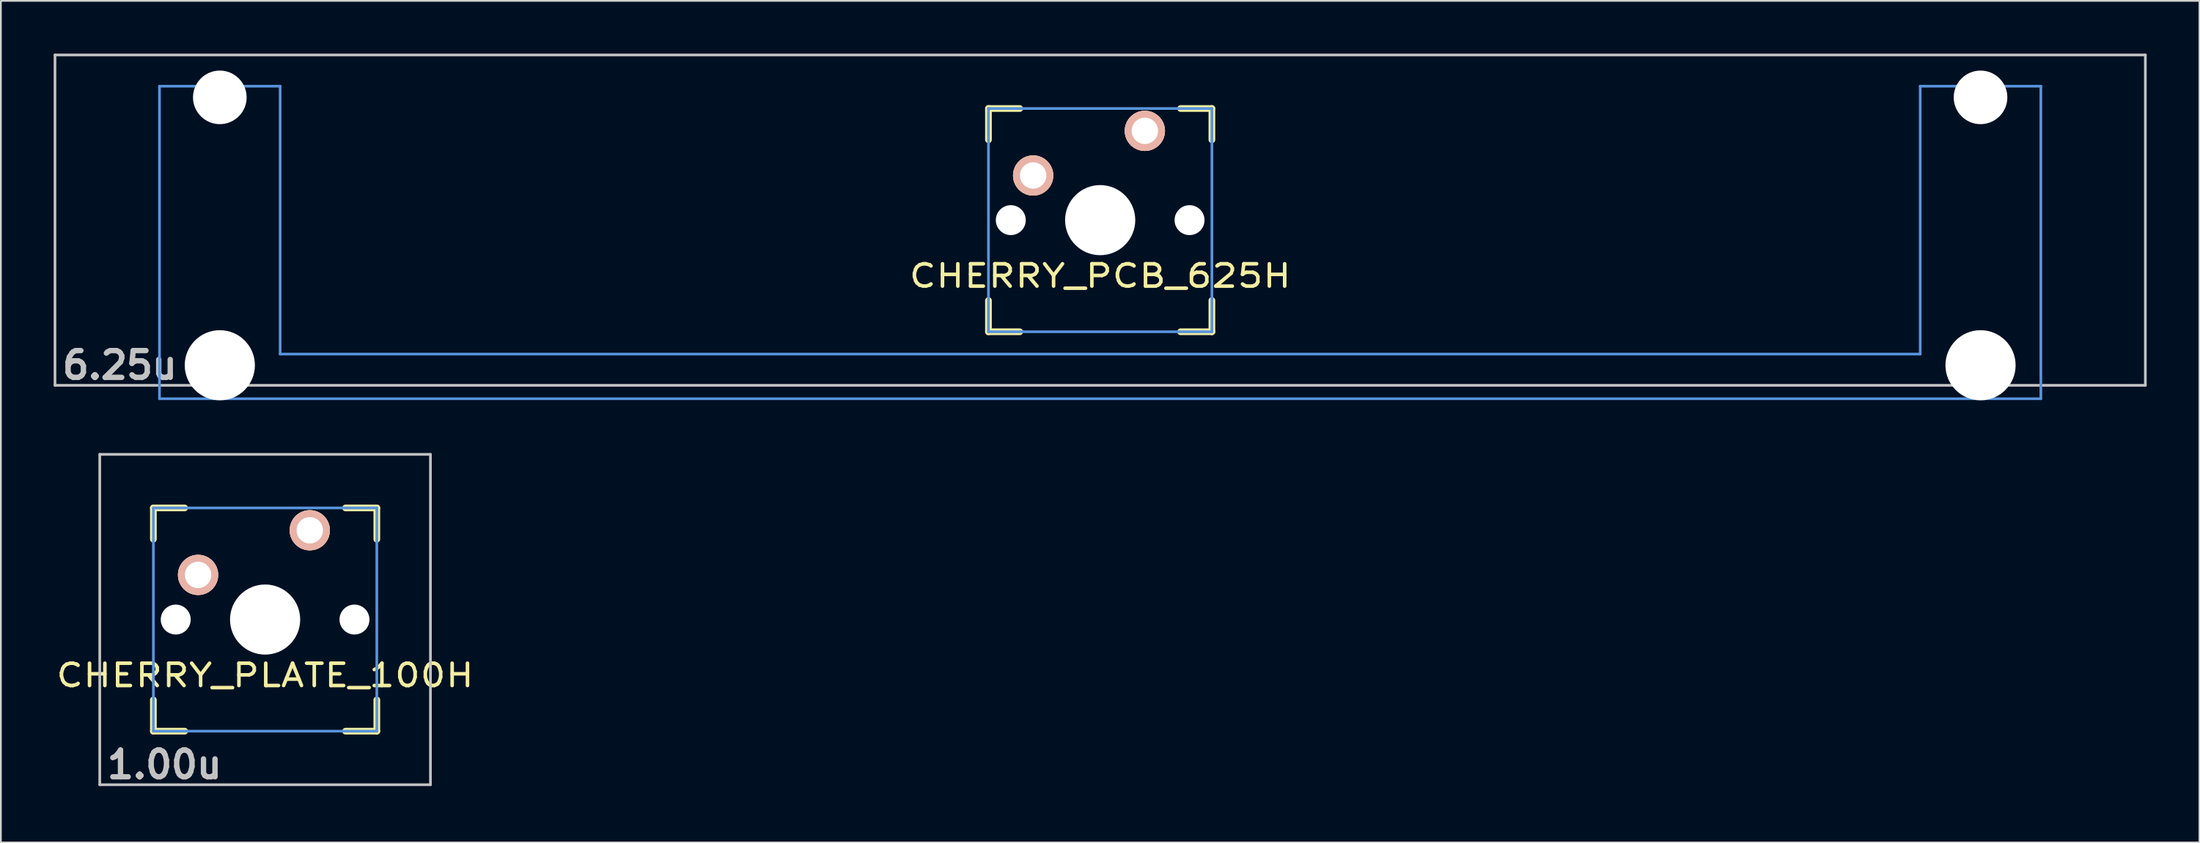
<source format=kicad_pcb>
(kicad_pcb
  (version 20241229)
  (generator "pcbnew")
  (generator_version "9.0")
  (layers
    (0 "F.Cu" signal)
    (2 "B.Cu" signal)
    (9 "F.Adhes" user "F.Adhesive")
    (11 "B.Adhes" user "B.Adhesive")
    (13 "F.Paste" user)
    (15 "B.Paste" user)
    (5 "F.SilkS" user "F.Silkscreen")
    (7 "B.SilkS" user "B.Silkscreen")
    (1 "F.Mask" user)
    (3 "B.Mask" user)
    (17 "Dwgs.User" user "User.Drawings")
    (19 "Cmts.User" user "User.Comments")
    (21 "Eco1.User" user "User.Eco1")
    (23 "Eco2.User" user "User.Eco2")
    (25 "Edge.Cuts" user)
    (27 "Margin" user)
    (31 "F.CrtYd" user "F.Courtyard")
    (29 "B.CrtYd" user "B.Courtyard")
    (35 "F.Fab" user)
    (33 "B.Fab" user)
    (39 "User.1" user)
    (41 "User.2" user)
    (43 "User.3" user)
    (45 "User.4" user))
  (footprint "CHERRY_PCB_625H"
    (layer "F.Cu")
    (at 59.482 9.474)
    (property "Reference" "CHERRY_PCB_625H" (at 0 3.175 0) (layer "F.SilkS") (effects (font (size 1.27 1.524) (thickness 0.203))))
    (attr through_hole)
    (fp_line (start -6.35 -6.35) (end -4.572 -6.35) (stroke (width 0.381) (type solid)) (layer "F.SilkS"))
    (fp_line (start -6.35 -4.572) (end -6.35 -6.35) (stroke (width 0.381) (type solid)) (layer "F.SilkS"))
    (fp_line (start -6.35 6.35) (end -6.35 4.572) (stroke (width 0.381) (type solid)) (layer "F.SilkS"))
    (fp_line (start -4.572 6.35) (end -6.35 6.35) (stroke (width 0.381) (type solid)) (layer "F.SilkS"))
    (fp_line (start 4.572 -6.35) (end 6.35 -6.35) (stroke (width 0.381) (type solid)) (layer "F.SilkS"))
    (fp_line (start 6.35 -6.35) (end 6.35 -4.572) (stroke (width 0.381) (type solid)) (layer "F.SilkS"))
    (fp_line (start 6.35 4.572) (end 6.35 6.35) (stroke (width 0.381) (type solid)) (layer "F.SilkS"))
    (fp_line (start 6.35 6.35) (end 4.572 6.35) (stroke (width 0.381) (type solid)) (layer "F.SilkS"))
    (fp_line (start -59.406 -9.398) (end 59.406 -9.398) (stroke (width 0.152) (type solid)) (layer "Dwgs.User"))
    (fp_line (start -59.406 9.398) (end -59.406 -9.398) (stroke (width 0.152) (type solid)) (layer "Dwgs.User"))
    (fp_line (start 59.406 -9.398) (end 59.406 9.398) (stroke (width 0.152) (type solid)) (layer "Dwgs.User"))
    (fp_line (start 59.406 9.398) (end -59.406 9.398) (stroke (width 0.152) (type solid)) (layer "Dwgs.User"))
    (fp_line (start -53.467 -7.62) (end -53.467 10.16) (stroke (width 0.152) (type solid)) (layer "Cmts.User"))
    (fp_line (start -53.467 10.16) (end 53.467 10.16) (stroke (width 0.152) (type solid)) (layer "Cmts.User"))
    (fp_line (start -46.609 -7.62) (end -53.467 -7.62) (stroke (width 0.152) (type solid)) (layer "Cmts.User"))
    (fp_line (start -46.609 7.62) (end -46.609 -7.62) (stroke (width 0.152) (type solid)) (layer "Cmts.User"))
    (fp_line (start -6.35 -6.35) (end 6.35 -6.35) (stroke (width 0.152) (type solid)) (layer "Cmts.User"))
    (fp_line (start -6.35 6.35) (end -6.35 -6.35) (stroke (width 0.152) (type solid)) (layer "Cmts.User"))
    (fp_line (start 6.35 -6.35) (end 6.35 6.35) (stroke (width 0.152) (type solid)) (layer "Cmts.User"))
    (fp_line (start 6.35 6.35) (end -6.35 6.35) (stroke (width 0.152) (type solid)) (layer "Cmts.User"))
    (fp_line (start 46.609 -7.62) (end 46.609 7.62) (stroke (width 0.152) (type solid)) (layer "Cmts.User"))
    (fp_line (start 46.609 7.62) (end -46.609 7.62) (stroke (width 0.152) (type solid)) (layer "Cmts.User"))
    (fp_line (start 53.467 -7.62) (end 46.609 -7.62) (stroke (width 0.152) (type solid)) (layer "Cmts.User"))
    (fp_line (start 53.467 10.16) (end 53.467 -7.62) (stroke (width 0.152) (type solid)) (layer "Cmts.User"))
    (fp_line (start -54.229 -2.286) (end -53.365 -2.286) (stroke (width 0.152) (type solid)) (layer "Eco2.User"))
    (fp_line (start -54.229 0.508) (end -54.229 -2.286) (stroke (width 0.152) (type solid)) (layer "Eco2.User"))
    (fp_line (start -53.365 -5.69) (end -46.711 -5.69) (stroke (width 0.152) (type solid)) (layer "Eco2.User"))
    (fp_line (start -53.365 -2.286) (end -53.365 -5.69) (stroke (width 0.152) (type solid)) (layer "Eco2.User"))
    (fp_line (start -53.365 0.508) (end -54.229 0.508) (stroke (width 0.152) (type solid)) (layer "Eco2.User"))
    (fp_line (start -53.365 6.604) (end -53.365 0.508) (stroke (width 0.152) (type solid)) (layer "Eco2.User"))
    (fp_line (start -52.324 6.604) (end -53.365 6.604) (stroke (width 0.152) (type solid)) (layer "Eco2.User"))
    (fp_line (start -52.324 7.772) (end -52.324 6.604) (stroke (width 0.152) (type solid)) (layer "Eco2.User"))
    (fp_line (start -47.752 6.604) (end -47.752 7.772) (stroke (width 0.152) (type solid)) (layer "Eco2.User"))
    (fp_line (start -47.752 7.772) (end -52.324 7.772) (stroke (width 0.152) (type solid)) (layer "Eco2.User"))
    (fp_line (start -46.711 -5.69) (end -46.711 -2.286) (stroke (width 0.152) (type solid)) (layer "Eco2.User"))
    (fp_line (start -46.711 -2.286) (end -6.985 -2.286) (stroke (width 0.152) (type solid)) (layer "Eco2.User"))
    (fp_line (start -46.711 2.286) (end -46.711 6.604) (stroke (width 0.152) (type solid)) (layer "Eco2.User"))
    (fp_line (start -46.711 6.604) (end -47.752 6.604) (stroke (width 0.152) (type solid)) (layer "Eco2.User"))
    (fp_line (start -6.985 -6.985) (end 6.985 -6.985) (stroke (width 0.152) (type solid)) (layer "Eco2.User"))
    (fp_line (start -6.985 -2.286) (end -6.985 -6.985) (stroke (width 0.152) (type solid)) (layer "Eco2.User"))
    (fp_line (start -6.985 2.286) (end -46.711 2.286) (stroke (width 0.152) (type solid)) (layer "Eco2.User"))
    (fp_line (start -6.985 6.985) (end -6.985 2.286) (stroke (width 0.152) (type solid)) (layer "Eco2.User"))
    (fp_line (start 6.985 -6.985) (end 6.985 -2.286) (stroke (width 0.152) (type solid)) (layer "Eco2.User"))
    (fp_line (start 6.985 -2.286) (end 46.711 -2.286) (stroke (width 0.152) (type solid)) (layer "Eco2.User"))
    (fp_line (start 6.985 2.286) (end 6.985 6.985) (stroke (width 0.152) (type solid)) (layer "Eco2.User"))
    (fp_line (start 6.985 6.985) (end -6.985 6.985) (stroke (width 0.152) (type solid)) (layer "Eco2.User"))
    (fp_line (start 46.711 -5.69) (end 53.365 -5.69) (stroke (width 0.152) (type solid)) (layer "Eco2.User"))
    (fp_line (start 46.711 -2.286) (end 46.711 -5.69) (stroke (width 0.152) (type solid)) (layer "Eco2.User"))
    (fp_line (start 46.711 2.286) (end 6.985 2.286) (stroke (width 0.152) (type solid)) (layer "Eco2.User"))
    (fp_line (start 46.711 6.604) (end 46.711 2.286) (stroke (width 0.152) (type solid)) (layer "Eco2.User"))
    (fp_line (start 47.752 6.604) (end 46.711 6.604) (stroke (width 0.152) (type solid)) (layer "Eco2.User"))
    (fp_line (start 47.752 7.772) (end 47.752 6.604) (stroke (width 0.152) (type solid)) (layer "Eco2.User"))
    (fp_line (start 52.324 6.604) (end 52.324 7.772) (stroke (width 0.152) (type solid)) (layer "Eco2.User"))
    (fp_line (start 52.324 7.772) (end 47.752 7.772) (stroke (width 0.152) (type solid)) (layer "Eco2.User"))
    (fp_line (start 53.365 -5.69) (end 53.365 -2.286) (stroke (width 0.152) (type solid)) (layer "Eco2.User"))
    (fp_line (start 53.365 -2.286) (end 54.229 -2.286) (stroke (width 0.152) (type solid)) (layer "Eco2.User"))
    (fp_line (start 53.365 0.508) (end 53.365 6.604) (stroke (width 0.152) (type solid)) (layer "Eco2.User"))
    (fp_line (start 53.365 6.604) (end 52.324 6.604) (stroke (width 0.152) (type solid)) (layer "Eco2.User"))
    (fp_line (start 54.229 -2.286) (end 54.229 0.508) (stroke (width 0.152) (type solid)) (layer "Eco2.User"))
    (fp_line (start 54.229 0.508) (end 53.365 0.508) (stroke (width 0.152) (type solid)) (layer "Eco2.User"))
    (fp_text user "6.25u" (at -55.723 8.255 0) (layer "Dwgs.User") (effects (font (size 1.524 1.524) (thickness 0.305))))
    (pad "" np_thru_hole circle (at -50.038 -6.985) (size 3.048 3.048) (drill 3.048) (layers "*.Cu"))
    (pad "" np_thru_hole circle (at -50.038 8.255) (size 3.988 3.988) (drill 3.988) (layers "*.Cu"))
    (pad "" np_thru_hole circle (at -5.08 0) (size 1.702 1.702) (drill 1.702) (layers "*.Cu"))
    (pad "" np_thru_hole circle (at 0 0) (size 3.988 3.988) (drill 3.988) (layers "*.Cu"))
    (pad "" np_thru_hole circle (at 5.08 0) (size 1.702 1.702) (drill 1.702) (layers "*.Cu"))
    (pad "" np_thru_hole circle (at 50.038 -6.985) (size 3.048 3.048) (drill 3.048) (layers "*.Cu"))
    (pad "" np_thru_hole circle (at 50.038 8.255) (size 3.988 3.988) (drill 3.988) (layers "*.Cu"))
    (pad "1" thru_hole circle (at 2.54 -5.08) (size 2.286 2.286) (drill 1.499) (layers "*.Cu" "*.SilkS" "*.Mask"))
    (pad "2" thru_hole circle (at -3.81 -2.54) (size 2.286 2.286) (drill 1.499) (layers "*.Cu" "*.SilkS" "*.Mask")))
  (footprint "CHERRY_PLATE_100H"
    (layer "F.Cu")
    (at 12.018 32.197)
    (property "Reference" "CHERRY_PLATE_100H" (at 0 3.175 0) (layer "F.SilkS") (effects (font (size 1.27 1.524) (thickness 0.203))))
    (attr through_hole)
    (fp_line (start -6.35 -6.35) (end -4.572 -6.35) (stroke (width 0.381) (type solid)) (layer "F.SilkS"))
    (fp_line (start -6.35 -4.572) (end -6.35 -6.35) (stroke (width 0.381) (type solid)) (layer "F.SilkS"))
    (fp_line (start -6.35 6.35) (end -6.35 4.572) (stroke (width 0.381) (type solid)) (layer "F.SilkS"))
    (fp_line (start -4.572 6.35) (end -6.35 6.35) (stroke (width 0.381) (type solid)) (layer "F.SilkS"))
    (fp_line (start 4.572 -6.35) (end 6.35 -6.35) (stroke (width 0.381) (type solid)) (layer "F.SilkS"))
    (fp_line (start 6.35 -6.35) (end 6.35 -4.572) (stroke (width 0.381) (type solid)) (layer "F.SilkS"))
    (fp_line (start 6.35 4.572) (end 6.35 6.35) (stroke (width 0.381) (type solid)) (layer "F.SilkS"))
    (fp_line (start 6.35 6.35) (end 4.572 6.35) (stroke (width 0.381) (type solid)) (layer "F.SilkS"))
    (fp_line (start -9.398 -9.398) (end 9.398 -9.398) (stroke (width 0.152) (type solid)) (layer "Dwgs.User"))
    (fp_line (start -9.398 9.398) (end -9.398 -9.398) (stroke (width 0.152) (type solid)) (layer "Dwgs.User"))
    (fp_line (start 9.398 -9.398) (end 9.398 9.398) (stroke (width 0.152) (type solid)) (layer "Dwgs.User"))
    (fp_line (start 9.398 9.398) (end -9.398 9.398) (stroke (width 0.152) (type solid)) (layer "Dwgs.User"))
    (fp_line (start -6.35 -6.35) (end 6.35 -6.35) (stroke (width 0.152) (type solid)) (layer "Cmts.User"))
    (fp_line (start -6.35 6.35) (end -6.35 -6.35) (stroke (width 0.152) (type solid)) (layer "Cmts.User"))
    (fp_line (start 6.35 -6.35) (end 6.35 6.35) (stroke (width 0.152) (type solid)) (layer "Cmts.User"))
    (fp_line (start 6.35 6.35) (end -6.35 6.35) (stroke (width 0.152) (type solid)) (layer "Cmts.User"))
    (fp_text user "1.00u" (at -5.715 8.255 0) (layer "Dwgs.User") (effects (font (size 1.524 1.524) (thickness 0.305))))
    (pad "" np_thru_hole circle (at -5.08 0) (size 1.702 1.702) (drill 1.702) (layers "*.Cu"))
    (pad "" np_thru_hole circle (at 0 0) (size 3.988 3.988) (drill 3.988) (layers "*.Cu"))
    (pad "" np_thru_hole circle (at 5.08 0) (size 1.702 1.702) (drill 1.702) (layers "*.Cu"))
    (pad "1" thru_hole circle (at 2.54 -5.08) (size 2.286 2.286) (drill 1.499) (layers "*.Cu" "*.SilkS" "*.Mask"))
    (pad "2" thru_hole circle (at -3.81 -2.54) (size 2.286 2.286) (drill 1.499) (layers "*.Cu" "*.SilkS" "*.Mask")))
  (gr_rect
    (start -3 -3)
    (end 121.963 44.879)
    (stroke (width 0.1) (type default))
    (fill no)
    (layer "Edge.Cuts")))
</source>
